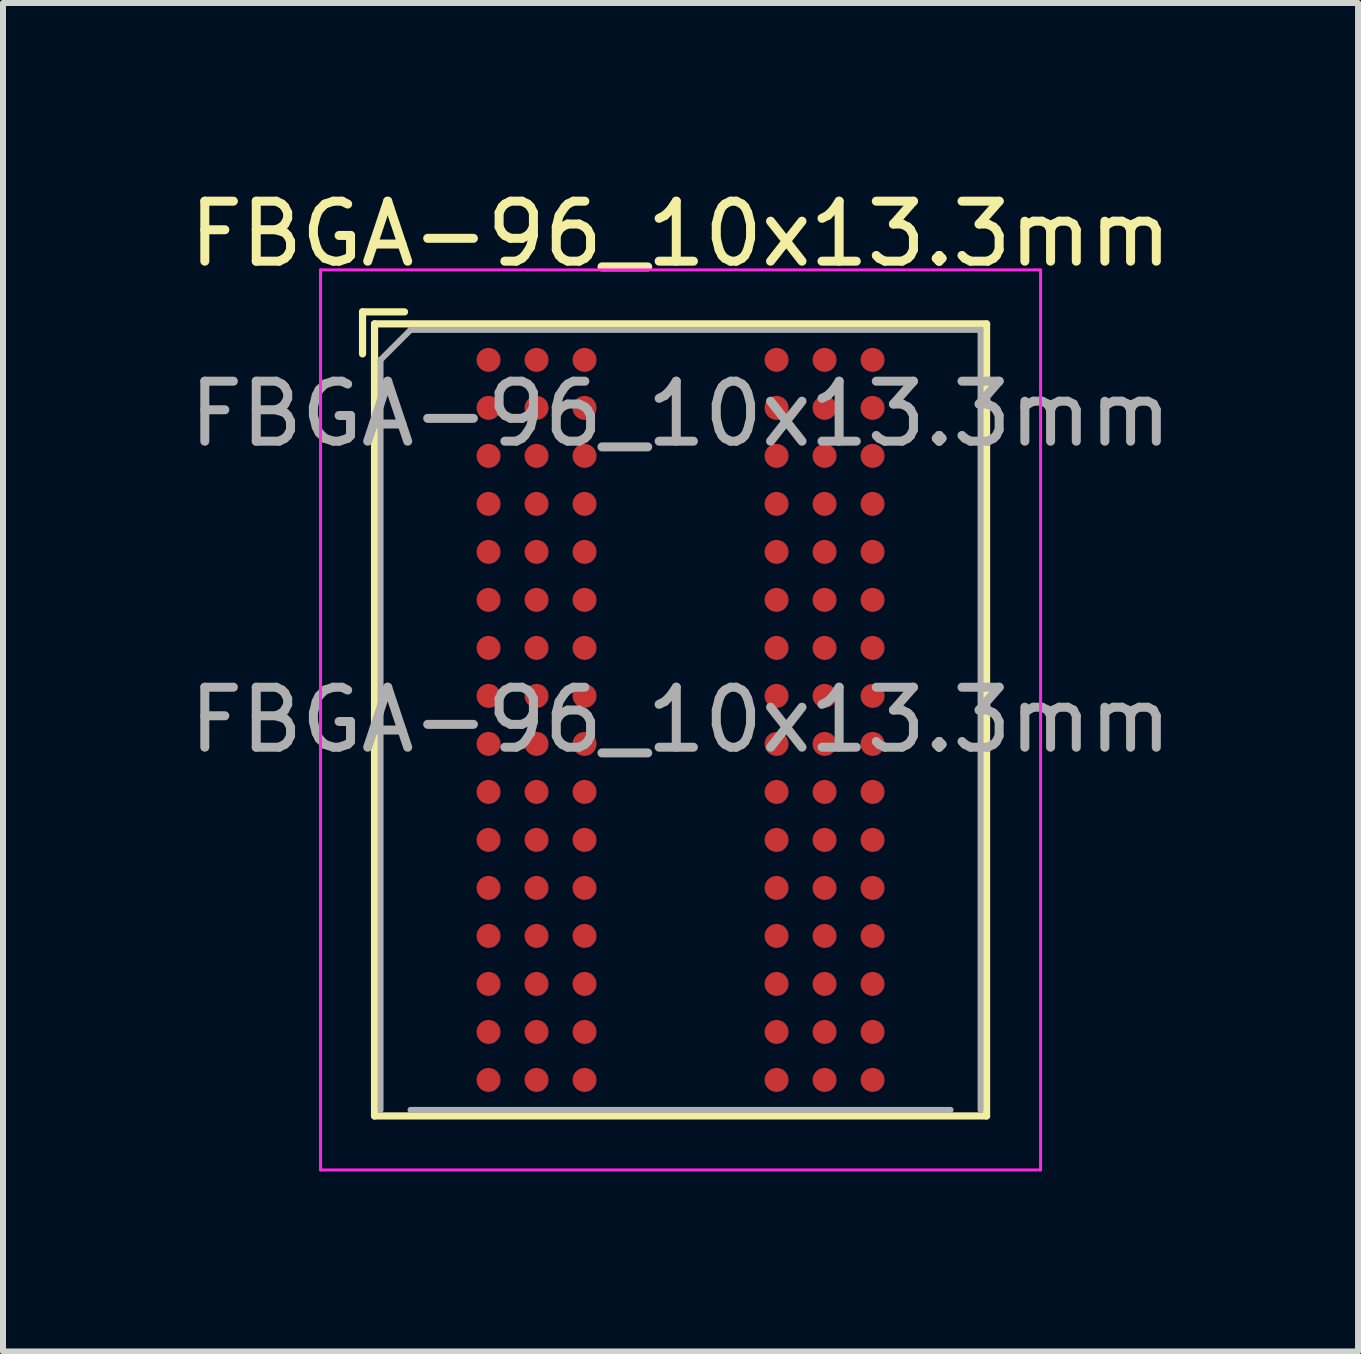
<source format=kicad_pcb>
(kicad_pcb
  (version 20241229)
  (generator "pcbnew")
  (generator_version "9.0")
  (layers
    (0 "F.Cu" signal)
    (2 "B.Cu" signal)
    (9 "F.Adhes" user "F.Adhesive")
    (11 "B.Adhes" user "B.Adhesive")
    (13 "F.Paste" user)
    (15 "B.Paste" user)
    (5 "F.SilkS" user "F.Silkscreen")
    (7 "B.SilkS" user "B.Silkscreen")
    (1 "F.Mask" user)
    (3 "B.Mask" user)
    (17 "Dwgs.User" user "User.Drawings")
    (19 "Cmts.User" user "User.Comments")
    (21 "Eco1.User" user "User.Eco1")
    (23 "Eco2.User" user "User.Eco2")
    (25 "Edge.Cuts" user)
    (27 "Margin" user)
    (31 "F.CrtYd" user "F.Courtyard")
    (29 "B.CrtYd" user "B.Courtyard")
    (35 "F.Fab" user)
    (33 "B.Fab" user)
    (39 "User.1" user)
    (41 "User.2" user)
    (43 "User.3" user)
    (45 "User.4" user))
  (footprint "FBGA-96_10x13.3mm"
    (layer "F.Cu")
    (at 8.292 1.348)
    (property "Reference" "FBGA-96_10x13.3mm" (at 0 -0.5 0) (unlocked yes) (layer "F.SilkS") (effects (font (size 1 1) (thickness 0.15))))
    (attr smd)
    (fp_line (start -5.3 0.8) (end -5.3 1.5) (stroke (width 0.12) (type solid)) (layer "F.SilkS"))
    (fp_line (start -5.1 1) (end -5.1 14.2) (stroke (width 0.12) (type solid)) (layer "F.SilkS"))
    (fp_line (start -5.1 14.2) (end 5.1 14.2) (stroke (width 0.12) (type solid)) (layer "F.SilkS"))
    (fp_line (start -4.6 0.8) (end -5.3 0.8) (stroke (width 0.12) (type solid)) (layer "F.SilkS"))
    (fp_line (start 5.1 1) (end -5.1 1) (stroke (width 0.12) (type solid)) (layer "F.SilkS"))
    (fp_line (start 5.1 14.2) (end 5.1 1) (stroke (width 0.12) (type solid)) (layer "F.SilkS"))
    (fp_line (start -6 0.1) (end -6 15.1) (stroke (width 0.05) (type solid)) (layer "F.CrtYd"))
    (fp_line (start -6 0.1) (end 6 0.1) (stroke (width 0.05) (type solid)) (layer "F.CrtYd"))
    (fp_line (start 6 15.1) (end -6 15.1) (stroke (width 0.05) (type solid)) (layer "F.CrtYd"))
    (fp_line (start 6 15.1) (end 6 0.1) (stroke (width 0.05) (type solid)) (layer "F.CrtYd"))
    (fp_line (start -5 1.6) (end -5 14.1) (stroke (width 0.1) (type solid)) (layer "F.Fab"))
    (fp_line (start -4.5 1.1) (end -5 1.6) (stroke (width 0.1) (type solid)) (layer "F.Fab"))
    (fp_line (start -4.5 14.1) (end 4.5 14.1) (stroke (width 0.1) (type solid)) (layer "F.Fab"))
    (fp_line (start 5 1.1) (end -4.5 1.1) (stroke (width 0.1) (type solid)) (layer "F.Fab"))
    (fp_line (start 5 14.1) (end 5 1.1) (stroke (width 0.1) (type solid)) (layer "F.Fab"))
    (fp_text user "${REFERENCE}" (at 0 7.6 0) (layer "F.Fab") (effects (font (size 1 1) (thickness 0.15))))
    (fp_text user "${REFERENCE}" (at 0 2.5 0) (unlocked yes) (layer "F.Fab") (effects (font (size 1 1) (thickness 0.15))))
    (pad "A1" smd circle (at -3.2 1.6) (size 0.4 0.4) (layers "F.Cu" "F.Mask" "F.Paste"))
    (pad "A2" smd circle (at -2.4 1.6) (size 0.4 0.4) (layers "F.Cu" "F.Mask" "F.Paste"))
    (pad "A3" smd circle (at -1.6 1.6) (size 0.4 0.4) (layers "F.Cu" "F.Mask" "F.Paste"))
    (pad "A7" smd circle (at 1.6 1.6) (size 0.4 0.4) (layers "F.Cu" "F.Mask" "F.Paste"))
    (pad "A8" smd circle (at 2.4 1.6) (size 0.4 0.4) (layers "F.Cu" "F.Mask" "F.Paste"))
    (pad "A9" smd circle (at 3.2 1.6) (size 0.4 0.4) (layers "F.Cu" "F.Mask" "F.Paste"))
    (pad "B1" smd circle (at -3.2 2.4) (size 0.4 0.4) (layers "F.Cu" "F.Mask" "F.Paste"))
    (pad "B2" smd circle (at -2.4 2.4) (size 0.4 0.4) (layers "F.Cu" "F.Mask" "F.Paste"))
    (pad "B3" smd circle (at -1.6 2.4) (size 0.4 0.4) (layers "F.Cu" "F.Mask" "F.Paste"))
    (pad "B7" smd circle (at 1.6 2.4) (size 0.4 0.4) (layers "F.Cu" "F.Mask" "F.Paste"))
    (pad "B8" smd circle (at 2.4 2.4) (size 0.4 0.4) (layers "F.Cu" "F.Mask" "F.Paste"))
    (pad "B9" smd circle (at 3.2 2.4) (size 0.4 0.4) (layers "F.Cu" "F.Mask" "F.Paste"))
    (pad "C1" smd circle (at -3.2 3.2) (size 0.4 0.4) (layers "F.Cu" "F.Mask" "F.Paste"))
    (pad "C2" smd circle (at -2.4 3.2) (size 0.4 0.4) (layers "F.Cu" "F.Mask" "F.Paste"))
    (pad "C3" smd circle (at -1.6 3.2) (size 0.4 0.4) (layers "F.Cu" "F.Mask" "F.Paste"))
    (pad "C7" smd circle (at 1.6 3.2) (size 0.4 0.4) (layers "F.Cu" "F.Mask" "F.Paste"))
    (pad "C8" smd circle (at 2.4 3.2) (size 0.4 0.4) (layers "F.Cu" "F.Mask" "F.Paste"))
    (pad "C9" smd circle (at 3.2 3.2) (size 0.4 0.4) (layers "F.Cu" "F.Mask" "F.Paste"))
    (pad "D1" smd circle (at -3.2 4) (size 0.4 0.4) (layers "F.Cu" "F.Mask" "F.Paste"))
    (pad "D2" smd circle (at -2.4 4) (size 0.4 0.4) (layers "F.Cu" "F.Mask" "F.Paste"))
    (pad "D3" smd circle (at -1.6 4) (size 0.4 0.4) (layers "F.Cu" "F.Mask" "F.Paste"))
    (pad "D7" smd circle (at 1.6 4) (size 0.4 0.4) (layers "F.Cu" "F.Mask" "F.Paste"))
    (pad "D8" smd circle (at 2.4 4) (size 0.4 0.4) (layers "F.Cu" "F.Mask" "F.Paste"))
    (pad "D9" smd circle (at 3.2 4) (size 0.4 0.4) (layers "F.Cu" "F.Mask" "F.Paste"))
    (pad "E1" smd circle (at -3.2 4.8) (size 0.4 0.4) (layers "F.Cu" "F.Mask" "F.Paste"))
    (pad "E2" smd circle (at -2.4 4.8) (size 0.4 0.4) (layers "F.Cu" "F.Mask" "F.Paste"))
    (pad "E3" smd circle (at -1.6 4.8) (size 0.4 0.4) (layers "F.Cu" "F.Mask" "F.Paste"))
    (pad "E7" smd circle (at 1.6 4.8) (size 0.4 0.4) (layers "F.Cu" "F.Mask" "F.Paste"))
    (pad "E8" smd circle (at 2.4 4.8) (size 0.4 0.4) (layers "F.Cu" "F.Mask" "F.Paste"))
    (pad "E9" smd circle (at 3.2 4.8) (size 0.4 0.4) (layers "F.Cu" "F.Mask" "F.Paste"))
    (pad "F1" smd circle (at -3.2 5.6) (size 0.4 0.4) (layers "F.Cu" "F.Mask" "F.Paste"))
    (pad "F2" smd circle (at -2.4 5.6) (size 0.4 0.4) (layers "F.Cu" "F.Mask" "F.Paste"))
    (pad "F3" smd circle (at -1.6 5.6) (size 0.4 0.4) (layers "F.Cu" "F.Mask" "F.Paste"))
    (pad "F7" smd circle (at 1.6 5.6) (size 0.4 0.4) (layers "F.Cu" "F.Mask" "F.Paste"))
    (pad "F8" smd circle (at 2.4 5.6) (size 0.4 0.4) (layers "F.Cu" "F.Mask" "F.Paste"))
    (pad "F9" smd circle (at 3.2 5.6) (size 0.4 0.4) (layers "F.Cu" "F.Mask" "F.Paste"))
    (pad "G1" smd circle (at -3.2 6.4) (size 0.4 0.4) (layers "F.Cu" "F.Mask" "F.Paste"))
    (pad "G2" smd circle (at -2.4 6.4) (size 0.4 0.4) (layers "F.Cu" "F.Mask" "F.Paste"))
    (pad "G3" smd circle (at -1.6 6.4) (size 0.4 0.4) (layers "F.Cu" "F.Mask" "F.Paste"))
    (pad "G7" smd circle (at 1.6 6.4) (size 0.4 0.4) (layers "F.Cu" "F.Mask" "F.Paste"))
    (pad "G8" smd circle (at 2.4 6.4) (size 0.4 0.4) (layers "F.Cu" "F.Mask" "F.Paste"))
    (pad "G9" smd circle (at 3.2 6.4) (size 0.4 0.4) (layers "F.Cu" "F.Mask" "F.Paste"))
    (pad "H1" smd circle (at -3.2 7.2) (size 0.4 0.4) (layers "F.Cu" "F.Mask" "F.Paste"))
    (pad "H2" smd circle (at -2.4 7.2) (size 0.4 0.4) (layers "F.Cu" "F.Mask" "F.Paste"))
    (pad "H3" smd circle (at -1.6 7.2) (size 0.4 0.4) (layers "F.Cu" "F.Mask" "F.Paste"))
    (pad "H7" smd circle (at 1.6 7.2) (size 0.4 0.4) (layers "F.Cu" "F.Mask" "F.Paste"))
    (pad "H8" smd circle (at 2.4 7.2) (size 0.4 0.4) (layers "F.Cu" "F.Mask" "F.Paste"))
    (pad "H9" smd circle (at 3.2 7.2) (size 0.4 0.4) (layers "F.Cu" "F.Mask" "F.Paste"))
    (pad "J1" smd circle (at -3.2 8) (size 0.4 0.4) (layers "F.Cu" "F.Mask" "F.Paste"))
    (pad "J2" smd circle (at -2.4 8) (size 0.4 0.4) (layers "F.Cu" "F.Mask" "F.Paste"))
    (pad "J3" smd circle (at -1.6 8) (size 0.4 0.4) (layers "F.Cu" "F.Mask" "F.Paste"))
    (pad "J7" smd circle (at 1.6 8) (size 0.4 0.4) (layers "F.Cu" "F.Mask" "F.Paste"))
    (pad "J8" smd circle (at 2.4 8) (size 0.4 0.4) (layers "F.Cu" "F.Mask" "F.Paste"))
    (pad "J9" smd circle (at 3.2 8) (size 0.4 0.4) (layers "F.Cu" "F.Mask" "F.Paste"))
    (pad "K1" smd circle (at -3.2 8.8) (size 0.4 0.4) (layers "F.Cu" "F.Mask" "F.Paste"))
    (pad "K2" smd circle (at -2.4 8.8) (size 0.4 0.4) (layers "F.Cu" "F.Mask" "F.Paste"))
    (pad "K3" smd circle (at -1.6 8.8) (size 0.4 0.4) (layers "F.Cu" "F.Mask" "F.Paste"))
    (pad "K7" smd circle (at 1.6 8.8) (size 0.4 0.4) (layers "F.Cu" "F.Mask" "F.Paste"))
    (pad "K8" smd circle (at 2.4 8.8) (size 0.4 0.4) (layers "F.Cu" "F.Mask" "F.Paste"))
    (pad "K9" smd circle (at 3.2 8.8) (size 0.4 0.4) (layers "F.Cu" "F.Mask" "F.Paste"))
    (pad "L1" smd circle (at -3.2 9.6) (size 0.4 0.4) (layers "F.Cu" "F.Mask" "F.Paste"))
    (pad "L2" smd circle (at -2.4 9.6) (size 0.4 0.4) (layers "F.Cu" "F.Mask" "F.Paste"))
    (pad "L3" smd circle (at -1.6 9.6) (size 0.4 0.4) (layers "F.Cu" "F.Mask" "F.Paste"))
    (pad "L7" smd circle (at 1.6 9.6) (size 0.4 0.4) (layers "F.Cu" "F.Mask" "F.Paste"))
    (pad "L8" smd circle (at 2.4 9.6) (size 0.4 0.4) (layers "F.Cu" "F.Mask" "F.Paste"))
    (pad "L9" smd circle (at 3.2 9.6) (size 0.4 0.4) (layers "F.Cu" "F.Mask" "F.Paste"))
    (pad "M1" smd circle (at -3.2 10.4) (size 0.4 0.4) (layers "F.Cu" "F.Mask" "F.Paste"))
    (pad "M2" smd circle (at -2.4 10.4) (size 0.4 0.4) (layers "F.Cu" "F.Mask" "F.Paste"))
    (pad "M3" smd circle (at -1.6 10.4) (size 0.4 0.4) (layers "F.Cu" "F.Mask" "F.Paste"))
    (pad "M7" smd circle (at 1.6 10.4) (size 0.4 0.4) (layers "F.Cu" "F.Mask" "F.Paste"))
    (pad "M8" smd circle (at 2.4 10.4) (size 0.4 0.4) (layers "F.Cu" "F.Mask" "F.Paste"))
    (pad "M9" smd circle (at 3.2 10.4) (size 0.4 0.4) (layers "F.Cu" "F.Mask" "F.Paste"))
    (pad "N1" smd circle (at -3.2 11.2) (size 0.4 0.4) (layers "F.Cu" "F.Mask" "F.Paste"))
    (pad "N2" smd circle (at -2.4 11.2) (size 0.4 0.4) (layers "F.Cu" "F.Mask" "F.Paste"))
    (pad "N3" smd circle (at -1.6 11.2) (size 0.4 0.4) (layers "F.Cu" "F.Mask" "F.Paste"))
    (pad "N7" smd circle (at 1.6 11.2) (size 0.4 0.4) (layers "F.Cu" "F.Mask" "F.Paste"))
    (pad "N8" smd circle (at 2.4 11.2) (size 0.4 0.4) (layers "F.Cu" "F.Mask" "F.Paste"))
    (pad "N9" smd circle (at 3.2 11.2) (size 0.4 0.4) (layers "F.Cu" "F.Mask" "F.Paste"))
    (pad "P1" smd circle (at -3.2 12) (size 0.4 0.4) (layers "F.Cu" "F.Mask" "F.Paste"))
    (pad "P2" smd circle (at -2.4 12) (size 0.4 0.4) (layers "F.Cu" "F.Mask" "F.Paste"))
    (pad "P3" smd circle (at -1.6 12) (size 0.4 0.4) (layers "F.Cu" "F.Mask" "F.Paste"))
    (pad "P7" smd circle (at 1.6 12) (size 0.4 0.4) (layers "F.Cu" "F.Mask" "F.Paste"))
    (pad "P8" smd circle (at 2.4 12) (size 0.4 0.4) (layers "F.Cu" "F.Mask" "F.Paste"))
    (pad "P9" smd circle (at 3.2 12) (size 0.4 0.4) (layers "F.Cu" "F.Mask" "F.Paste"))
    (pad "R1" smd circle (at -3.2 12.8) (size 0.4 0.4) (layers "F.Cu" "F.Mask" "F.Paste"))
    (pad "R2" smd circle (at -2.4 12.8) (size 0.4 0.4) (layers "F.Cu" "F.Mask" "F.Paste"))
    (pad "R3" smd circle (at -1.6 12.8) (size 0.4 0.4) (layers "F.Cu" "F.Mask" "F.Paste"))
    (pad "R7" smd circle (at 1.6 12.8) (size 0.4 0.4) (layers "F.Cu" "F.Mask" "F.Paste"))
    (pad "R8" smd circle (at 2.4 12.8) (size 0.4 0.4) (layers "F.Cu" "F.Mask" "F.Paste"))
    (pad "R9" smd circle (at 3.2 12.8) (size 0.4 0.4) (layers "F.Cu" "F.Mask" "F.Paste"))
    (pad "T1" smd circle (at -3.2 13.6) (size 0.4 0.4) (layers "F.Cu" "F.Mask" "F.Paste"))
    (pad "T2" smd circle (at -2.4 13.6) (size 0.4 0.4) (layers "F.Cu" "F.Mask" "F.Paste"))
    (pad "T3" smd circle (at -1.6 13.6) (size 0.4 0.4) (layers "F.Cu" "F.Mask" "F.Paste"))
    (pad "T7" smd circle (at 1.6 13.6) (size 0.4 0.4) (layers "F.Cu" "F.Mask" "F.Paste"))
    (pad "T8" smd circle (at 2.4 13.6) (size 0.4 0.4) (layers "F.Cu" "F.Mask" "F.Paste"))
    (pad "T9" smd circle (at 3.2 13.6) (size 0.4 0.4) (layers "F.Cu" "F.Mask" "F.Paste")))
  (gr_rect
    (start -3 -3)
    (end 19.583 19.473)
    (stroke (width 0.1) (type default))
    (fill no)
    (layer "Edge.Cuts")))
</source>
